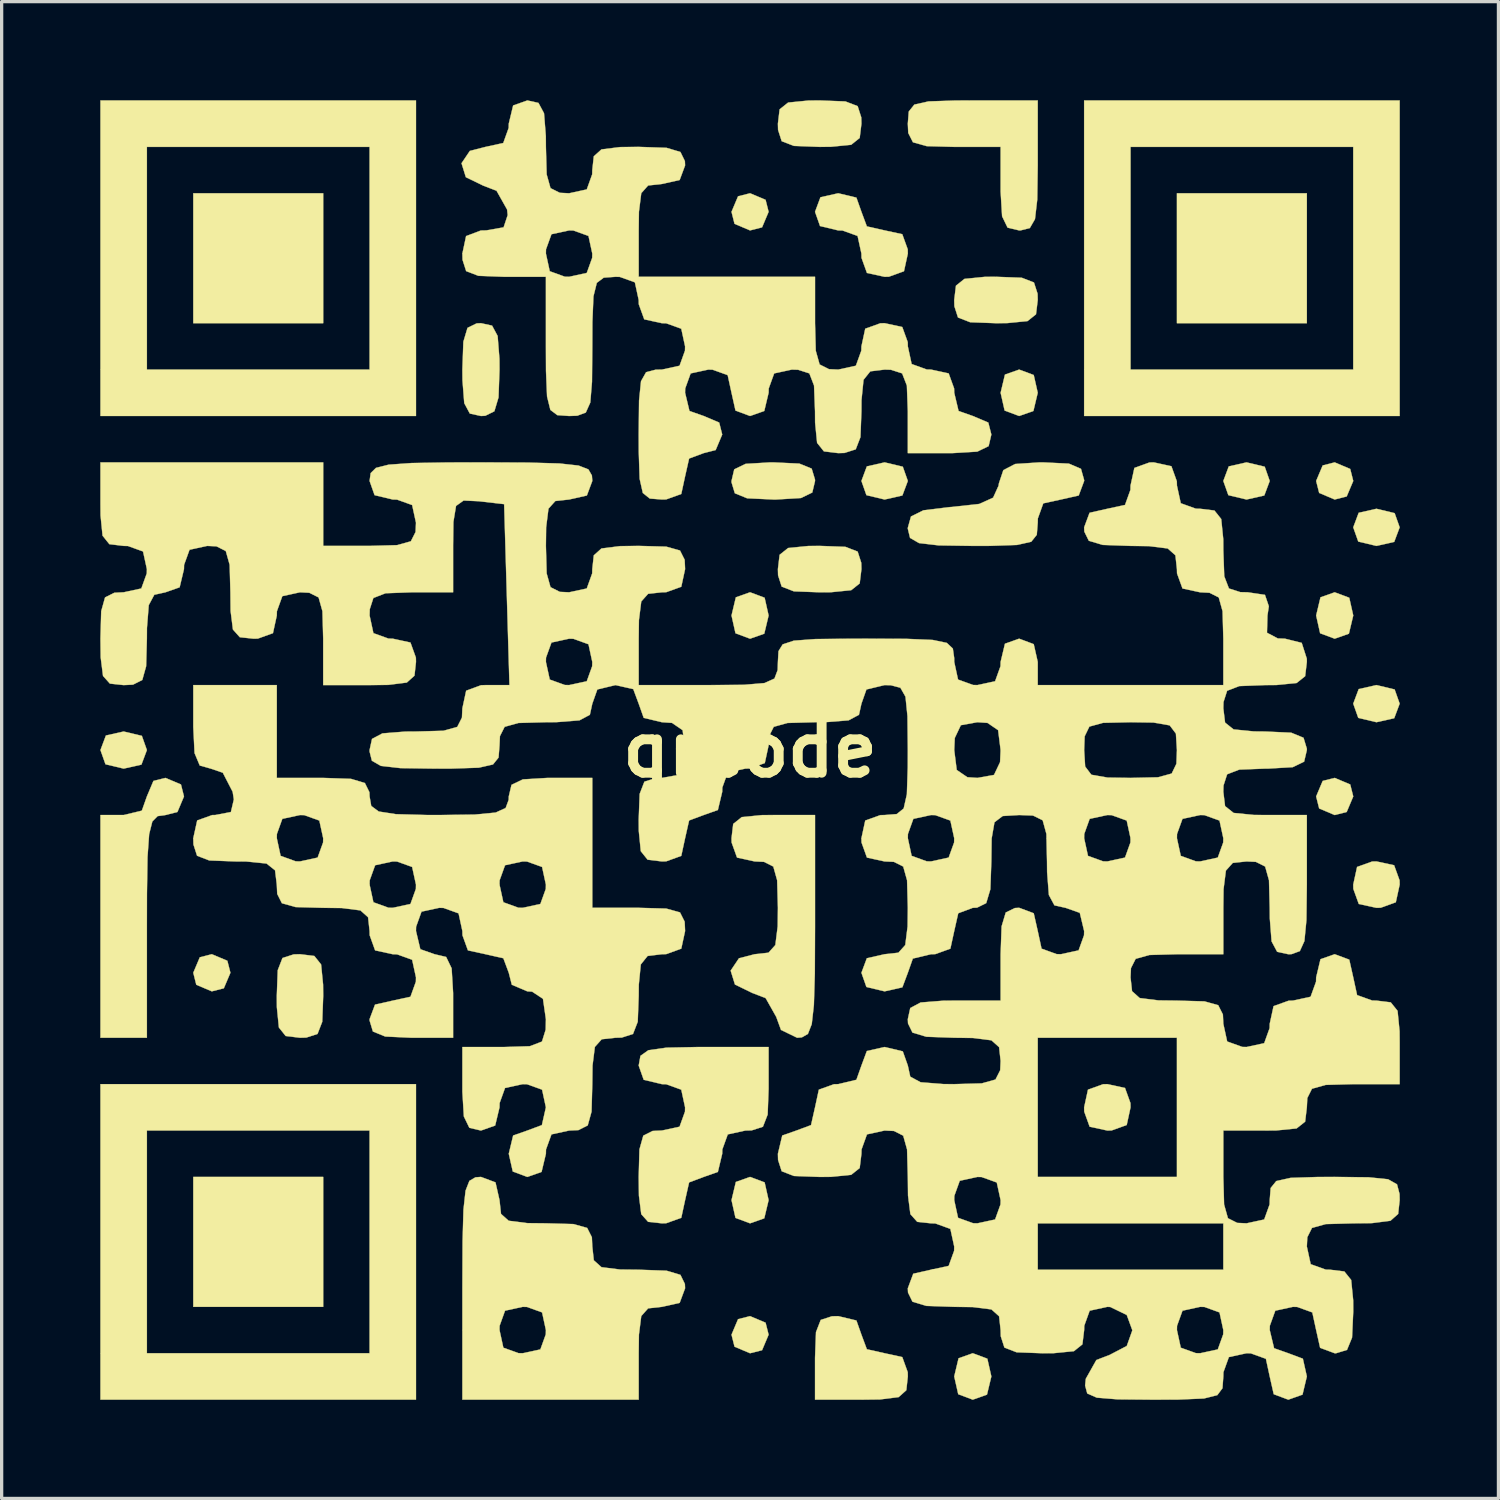
<source format=kicad_pcb>
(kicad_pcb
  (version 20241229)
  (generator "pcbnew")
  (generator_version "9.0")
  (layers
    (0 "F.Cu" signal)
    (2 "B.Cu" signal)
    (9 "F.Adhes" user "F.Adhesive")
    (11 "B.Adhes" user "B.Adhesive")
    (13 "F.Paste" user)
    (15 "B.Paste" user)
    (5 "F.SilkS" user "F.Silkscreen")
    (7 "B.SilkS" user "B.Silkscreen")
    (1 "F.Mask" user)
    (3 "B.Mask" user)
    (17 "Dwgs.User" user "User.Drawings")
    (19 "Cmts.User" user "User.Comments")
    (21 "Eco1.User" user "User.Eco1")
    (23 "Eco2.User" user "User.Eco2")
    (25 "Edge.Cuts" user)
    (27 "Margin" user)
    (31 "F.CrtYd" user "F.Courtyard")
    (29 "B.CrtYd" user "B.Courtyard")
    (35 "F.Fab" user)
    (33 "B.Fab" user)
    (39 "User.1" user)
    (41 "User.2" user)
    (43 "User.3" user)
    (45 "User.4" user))
  (footprint "qrcode"
    (layer "F.Cu")
    (at 19.761 19.761)
    (property "Reference" "qrcode" (at 0 0 0) (layer "F.SilkS") (effects (font (size 1.524 1.524) (thickness 0.3))))
    (attr through_hole)
    (fp_poly (pts (xy -12.982 -12.982) (xy -16.933 -12.982) (xy -16.933 -16.933) (xy -12.982 -16.933) (xy -12.982 -12.982)) (stroke (width 0.01) (type solid)) (fill yes) (layer "F.SilkS"))
    (fp_poly (pts (xy -12.982 16.933) (xy -16.933 16.933) (xy -16.933 12.982) (xy -12.982 12.982) (xy -12.982 16.933)) (stroke (width 0.01) (type solid)) (fill yes) (layer "F.SilkS"))
    (fp_poly (pts (xy 16.933 -12.982) (xy 12.982 -12.982) (xy 12.982 -16.933) (xy 16.933 -16.933) (xy 16.933 -12.982)) (stroke (width 0.01) (type solid)) (fill yes) (layer "F.SilkS"))
    (fp_poly (pts (xy -18.497 -0.432) (xy -18.344 0) (xy -18.51 0.443) (xy -19.05 0.564) (xy -19.603 0.432) (xy -19.756 0) (xy -19.59 -0.443) (xy -19.05 -0.564) (xy -18.497 -0.432)) (stroke (width 0.01) (type solid)) (fill yes) (layer "F.SilkS"))
    (fp_poly (pts (xy -15.897 6.408) (xy -15.804 6.773) (xy -16.004 7.245) (xy -16.369 7.338) (xy -16.841 7.138) (xy -16.933 6.773) (xy -16.734 6.302) (xy -16.369 6.209) (xy -15.897 6.408)) (stroke (width 0.01) (type solid)) (fill yes) (layer "F.SilkS"))
    (fp_poly (pts (xy 0.443 -4.632) (xy 0.564 -4.092) (xy 0.432 -3.539) (xy 0 -3.387) (xy -0.443 -3.552) (xy -0.564 -4.092) (xy -0.432 -4.645) (xy 0 -4.798) (xy 0.443 -4.632)) (stroke (width 0.01) (type solid)) (fill yes) (layer "F.SilkS"))
    (fp_poly (pts (xy 0.443 13.148) (xy 0.564 13.688) (xy 0.432 14.241) (xy 0 14.393) (xy -0.443 14.228) (xy -0.564 13.688) (xy -0.432 13.135) (xy 0 12.982) (xy 0.443 13.148)) (stroke (width 0.01) (type solid)) (fill yes) (layer "F.SilkS"))
    (fp_poly (pts (xy 0.472 -16.734) (xy 0.564 -16.369) (xy 0.365 -15.897) (xy 0 -15.804) (xy -0.472 -16.004) (xy -0.564 -16.369) (xy -0.365 -16.841) (xy 0 -16.933) (xy 0.472 -16.734)) (stroke (width 0.01) (type solid)) (fill yes) (layer "F.SilkS"))
    (fp_poly (pts (xy 0.472 17.415) (xy 0.564 17.78) (xy 0.365 18.252) (xy 0 18.344) (xy -0.472 18.145) (xy -0.564 17.78) (xy -0.365 17.308) (xy 0 17.216) (xy 0.472 17.415)) (stroke (width 0.01) (type solid)) (fill yes) (layer "F.SilkS"))
    (fp_poly (pts (xy 4.645 -8.617) (xy 4.798 -8.184) (xy 4.632 -7.742) (xy 4.092 -7.62) (xy 3.539 -7.752) (xy 3.387 -8.184) (xy 3.552 -8.627) (xy 4.092 -8.749) (xy 4.645 -8.617)) (stroke (width 0.01) (type solid)) (fill yes) (layer "F.SilkS"))
    (fp_poly (pts (xy 7.216 18.51) (xy 7.338 19.05) (xy 7.205 19.603) (xy 6.773 19.756) (xy 6.331 19.59) (xy 6.209 19.05) (xy 6.341 18.497) (xy 6.773 18.344) (xy 7.216 18.51)) (stroke (width 0.01) (type solid)) (fill yes) (layer "F.SilkS"))
    (fp_poly (pts (xy 8.627 -11.406) (xy 8.749 -10.866) (xy 8.617 -10.312) (xy 8.184 -10.16) (xy 7.742 -10.325) (xy 7.62 -10.866) (xy 7.752 -11.419) (xy 8.184 -11.571) (xy 8.627 -11.406)) (stroke (width 0.01) (type solid)) (fill yes) (layer "F.SilkS"))
    (fp_poly (pts (xy 15.652 -8.617) (xy 15.804 -8.184) (xy 15.639 -7.742) (xy 15.099 -7.62) (xy 14.546 -7.752) (xy 14.393 -8.184) (xy 14.559 -8.627) (xy 15.099 -8.749) (xy 15.652 -8.617)) (stroke (width 0.01) (type solid)) (fill yes) (layer "F.SilkS"))
    (fp_poly (pts (xy 18.223 -4.632) (xy 18.344 -4.092) (xy 18.212 -3.539) (xy 17.78 -3.387) (xy 17.337 -3.552) (xy 17.216 -4.092) (xy 17.348 -4.645) (xy 17.78 -4.798) (xy 18.223 -4.632)) (stroke (width 0.01) (type solid)) (fill yes) (layer "F.SilkS"))
    (fp_poly (pts (xy 18.252 -8.549) (xy 18.344 -8.184) (xy 18.145 -7.713) (xy 17.78 -7.62) (xy 17.308 -7.82) (xy 17.216 -8.184) (xy 17.415 -8.656) (xy 17.78 -8.749) (xy 18.252 -8.549)) (stroke (width 0.01) (type solid)) (fill yes) (layer "F.SilkS"))
    (fp_poly (pts (xy 18.252 1.046) (xy 18.344 1.411) (xy 18.145 1.883) (xy 17.78 1.976) (xy 17.308 1.776) (xy 17.216 1.411) (xy 17.415 0.939) (xy 17.78 0.847) (xy 18.252 1.046)) (stroke (width 0.01) (type solid)) (fill yes) (layer "F.SilkS"))
    (fp_poly (pts (xy 19.603 -7.205) (xy 19.756 -6.773) (xy 19.59 -6.331) (xy 19.05 -6.209) (xy 18.497 -6.341) (xy 18.344 -6.773) (xy 18.51 -7.216) (xy 19.05 -7.338) (xy 19.603 -7.205)) (stroke (width 0.01) (type solid)) (fill yes) (layer "F.SilkS"))
    (fp_poly (pts (xy 19.603 -1.843) (xy 19.756 -1.411) (xy 19.59 -0.968) (xy 19.05 -0.847) (xy 18.497 -0.979) (xy 18.344 -1.411) (xy 18.51 -1.854) (xy 19.05 -1.976) (xy 19.603 -1.843)) (stroke (width 0.01) (type solid)) (fill yes) (layer "F.SilkS"))
    (fp_poly (pts (xy -10.16 -10.16) (xy -19.756 -10.16) (xy -19.756 -18.344) (xy -18.344 -18.344) (xy -18.344 -11.571) (xy -11.571 -11.571) (xy -11.571 -18.344) (xy -18.344 -18.344) (xy -19.756 -18.344) (xy -19.756 -19.756) (xy -10.16 -19.756) (xy -10.16 -10.16)) (stroke (width 0.01) (type solid)) (fill yes) (layer "F.SilkS"))
    (fp_poly (pts (xy -10.16 19.756) (xy -19.756 19.756) (xy -19.756 11.571) (xy -18.344 11.571) (xy -18.344 18.344) (xy -11.571 18.344) (xy -11.571 11.571) (xy -18.344 11.571) (xy -19.756 11.571) (xy -19.756 10.16) (xy -10.16 10.16) (xy -10.16 19.756)) (stroke (width 0.01) (type solid)) (fill yes) (layer "F.SilkS"))
    (fp_poly (pts (xy 19.756 -10.16) (xy 10.16 -10.16) (xy 10.16 -18.344) (xy 11.571 -18.344) (xy 11.571 -11.571) (xy 18.344 -11.571) (xy 18.344 -18.344) (xy 11.571 -18.344) (xy 10.16 -18.344) (xy 10.16 -19.756) (xy 19.756 -19.756) (xy 19.756 -10.16)) (stroke (width 0.01) (type solid)) (fill yes) (layer "F.SilkS"))
    (fp_poly (pts (xy 11.403 10.277) (xy 11.568 10.736) (xy 11.571 10.866) (xy 11.455 11.403) (xy 10.996 11.568) (xy 10.866 11.571) (xy 10.328 11.455) (xy 10.163 10.996) (xy 10.16 10.866) (xy 10.277 10.328) (xy 10.736 10.163) (xy 10.866 10.16) (xy 11.403 10.277)) (stroke (width 0.01) (type solid)) (fill yes) (layer "F.SilkS"))
    (fp_poly (pts (xy 19.587 3.503) (xy 19.753 3.962) (xy 19.756 4.092) (xy 19.639 4.629) (xy 19.18 4.795) (xy 19.05 4.798) (xy 18.513 4.681) (xy 18.347 4.222) (xy 18.344 4.092) (xy 18.461 3.555) (xy 18.92 3.39) (xy 19.05 3.387) (xy 19.587 3.503)) (stroke (width 0.01) (type solid)) (fill yes) (layer "F.SilkS"))
    (fp_poly (pts (xy -13.252 6.262) (xy -13.046 6.52) (xy -12.985 7.136) (xy -12.982 7.479) (xy -13.011 8.263) (xy -13.155 8.634) (xy -13.497 8.744) (xy -13.688 8.749) (xy -14.123 8.696) (xy -14.329 8.438) (xy -14.391 7.821) (xy -14.393 7.479) (xy -14.364 6.695) (xy -14.22 6.324) (xy -13.878 6.214) (xy -13.688 6.209) (xy -13.252 6.262)) (stroke (width 0.01) (type solid)) (fill yes) (layer "F.SilkS"))
    (fp_poly (pts (xy -7.846 -12.908) (xy -7.677 -12.593) (xy -7.622 -11.897) (xy -7.62 -11.571) (xy -7.65 -10.725) (xy -7.776 -10.303) (xy -8.054 -10.166) (xy -8.184 -10.16) (xy -8.523 -10.234) (xy -8.692 -10.55) (xy -8.746 -11.245) (xy -8.749 -11.571) (xy -8.719 -12.418) (xy -8.593 -12.84) (xy -8.315 -12.976) (xy -8.184 -12.982) (xy -7.846 -12.908)) (stroke (width 0.01) (type solid)) (fill yes) (layer "F.SilkS"))
    (fp_poly (pts (xy 1.499 -8.712) (xy 1.874 -8.559) (xy 1.975 -8.225) (xy 1.976 -8.184) (xy 1.892 -7.832) (xy 1.547 -7.665) (xy 0.797 -7.62) (xy 0.706 -7.62) (xy -0.088 -7.657) (xy -0.463 -7.81) (xy -0.564 -8.144) (xy -0.564 -8.184) (xy -0.481 -8.537) (xy -0.136 -8.704) (xy 0.614 -8.749) (xy 0.706 -8.749) (xy 1.499 -8.712)) (stroke (width 0.01) (type solid)) (fill yes) (layer "F.SilkS"))
    (fp_poly (pts (xy 2.9 -19.726) (xy 3.272 -19.583) (xy 3.382 -19.24) (xy 3.387 -19.05) (xy 3.334 -18.615) (xy 3.075 -18.408) (xy 2.459 -18.347) (xy 2.117 -18.344) (xy 1.333 -18.374) (xy 0.962 -18.517) (xy 0.852 -18.86) (xy 0.847 -19.05) (xy 0.899 -19.485) (xy 1.158 -19.692) (xy 1.774 -19.753) (xy 2.117 -19.756) (xy 2.9 -19.726)) (stroke (width 0.01) (type solid)) (fill yes) (layer "F.SilkS"))
    (fp_poly (pts (xy 2.9 -6.18) (xy 3.272 -6.036) (xy 3.382 -5.694) (xy 3.387 -5.503) (xy 3.334 -5.068) (xy 3.075 -4.862) (xy 2.459 -4.8) (xy 2.117 -4.798) (xy 1.333 -4.827) (xy 0.962 -4.971) (xy 0.852 -5.313) (xy 0.847 -5.503) (xy 0.899 -5.939) (xy 1.158 -6.145) (xy 1.774 -6.206) (xy 2.117 -6.209) (xy 2.9 -6.18)) (stroke (width 0.01) (type solid)) (fill yes) (layer "F.SilkS"))
    (fp_poly (pts (xy 8.263 -14.364) (xy 8.634 -14.22) (xy 8.744 -13.878) (xy 8.749 -13.688) (xy 8.696 -13.252) (xy 8.438 -13.046) (xy 7.821 -12.985) (xy 7.479 -12.982) (xy 6.695 -13.011) (xy 6.324 -13.155) (xy 6.214 -13.497) (xy 6.209 -13.688) (xy 6.262 -14.123) (xy 6.52 -14.329) (xy 7.136 -14.391) (xy 7.479 -14.393) (xy 8.263 -14.364)) (stroke (width 0.01) (type solid)) (fill yes) (layer "F.SilkS"))
    (fp_poly (pts (xy 3.234 17.348) (xy 3.387 17.78) (xy 3.552 18.223) (xy 4.092 18.344) (xy 4.629 18.461) (xy 4.795 18.92) (xy 4.798 19.05) (xy 4.752 19.469) (xy 4.519 19.678) (xy 3.953 19.749) (xy 3.387 19.756) (xy 1.976 19.756) (xy 1.976 18.486) (xy 2.005 17.702) (xy 2.149 17.331) (xy 2.491 17.22) (xy 2.681 17.216) (xy 3.234 17.348)) (stroke (width 0.01) (type solid)) (fill yes) (layer "F.SilkS"))
    (fp_poly (pts (xy -17.308 1.046) (xy -17.216 1.411) (xy -17.415 1.883) (xy -17.78 1.976) (xy -18.018 2.009) (xy -18.178 2.171) (xy -18.275 2.555) (xy -18.325 3.255) (xy -18.342 4.365) (xy -18.344 5.362) (xy -18.344 8.749) (xy -19.756 8.749) (xy -19.756 1.976) (xy -19.05 1.976) (xy -18.497 1.843) (xy -18.344 1.411) (xy -18.145 0.939) (xy -17.78 0.847) (xy -17.308 1.046)) (stroke (width 0.01) (type solid)) (fill yes) (layer "F.SilkS"))
    (fp_poly (pts (xy 3.234 -16.801) (xy 3.387 -16.369) (xy 3.552 -15.926) (xy 4.092 -15.804) (xy 4.629 -15.688) (xy 4.795 -15.229) (xy 4.798 -15.099) (xy 4.681 -14.562) (xy 4.222 -14.396) (xy 4.092 -14.393) (xy 3.555 -14.51) (xy 3.39 -14.969) (xy 3.387 -15.099) (xy 3.27 -15.636) (xy 2.811 -15.801) (xy 2.681 -15.804) (xy 2.128 -15.937) (xy 1.976 -16.369) (xy 2.141 -16.812) (xy 2.681 -16.933) (xy 3.234 -16.801)) (stroke (width 0.01) (type solid)) (fill yes) (layer "F.SilkS"))
    (fp_poly (pts (xy 8.749 -17.78) (xy 8.734 -16.742) (xy 8.665 -16.147) (xy 8.508 -15.875) (xy 8.229 -15.805) (xy 8.184 -15.804) (xy 7.832 -15.888) (xy 7.665 -16.233) (xy 7.62 -16.983) (xy 7.62 -17.074) (xy 7.62 -18.344) (xy 6.209 -18.344) (xy 5.371 -18.367) (xy 4.954 -18.484) (xy 4.811 -18.767) (xy 4.798 -19.05) (xy 4.827 -19.419) (xy 4.996 -19.63) (xy 5.428 -19.727) (xy 6.247 -19.754) (xy 6.773 -19.756) (xy 8.749 -19.756) (xy 8.749 -17.78)) (stroke (width 0.01) (type solid)) (fill yes) (layer "F.SilkS"))
    (fp_poly (pts (xy 1.976 5.362) (xy 1.97 6.793) (xy 1.941 7.753) (xy 1.876 8.335) (xy 1.759 8.633) (xy 1.574 8.738) (xy 1.431 8.749) (xy 0.941 8.511) (xy 0.796 8.114) (xy 0.474 7.543) (xy 0.071 7.389) (xy -0.459 7.131) (xy -0.59 6.708) (xy -0.337 6.332) (xy 0.141 6.209) (xy 0.56 6.163) (xy 0.769 5.93) (xy 0.84 5.364) (xy 0.847 4.798) (xy 0.824 3.96) (xy 0.707 3.542) (xy 0.424 3.4) (xy 0.141 3.387) (xy -0.396 3.27) (xy -0.561 2.811) (xy -0.564 2.681) (xy -0.512 2.246) (xy -0.253 2.039) (xy 0.363 1.978) (xy 0.706 1.976) (xy 1.976 1.976) (xy 1.976 5.362)) (stroke (width 0.01) (type solid)) (fill yes) (layer "F.SilkS"))
    (fp_poly (pts (xy 9.696 -8.711) (xy 10.064 -8.553) (xy 10.16 -8.21) (xy 10.16 -8.184) (xy 9.995 -7.742) (xy 9.454 -7.62) (xy 8.917 -7.503) (xy 8.752 -7.044) (xy 8.749 -6.914) (xy 8.72 -6.546) (xy 8.551 -6.335) (xy 8.118 -6.238) (xy 7.3 -6.21) (xy 6.773 -6.209) (xy 5.734 -6.225) (xy 5.138 -6.295) (xy 4.866 -6.452) (xy 4.798 -6.731) (xy 4.798 -6.758) (xy 4.894 -7.104) (xy 5.274 -7.292) (xy 6.074 -7.389) (xy 6.138 -7.393) (xy 6.971 -7.485) (xy 7.392 -7.675) (xy 7.557 -8.038) (xy 7.569 -8.114) (xy 7.703 -8.513) (xy 8.062 -8.7) (xy 8.806 -8.749) (xy 8.91 -8.749) (xy 9.696 -8.711)) (stroke (width 0.01) (type solid)) (fill yes) (layer "F.SilkS"))
    (fp_poly (pts (xy 0.564 10.301) (xy 0.535 11.085) (xy 0.391 11.456) (xy 0.049 11.566) (xy -0.141 11.571) (xy -0.678 11.688) (xy -0.844 12.147) (xy -0.847 12.277) (xy -0.979 12.83) (xy -1.411 12.982) (xy -1.854 13.148) (xy -1.976 13.688) (xy -2.092 14.225) (xy -2.551 14.39) (xy -2.681 14.393) (xy -3.1 14.348) (xy -3.309 14.114) (xy -3.38 13.549) (xy -3.387 12.982) (xy -3.364 12.145) (xy -3.247 11.727) (xy -2.964 11.584) (xy -2.681 11.571) (xy -2.144 11.455) (xy -1.979 10.996) (xy -1.976 10.866) (xy -2.092 10.328) (xy -2.551 10.163) (xy -2.681 10.16) (xy -3.234 10.028) (xy -3.387 9.596) (xy -3.333 9.299) (xy -3.093 9.129) (xy -2.545 9.051) (xy -1.568 9.031) (xy -1.411 9.031) (xy 0.564 9.031) (xy 0.564 10.301)) (stroke (width 0.01) (type solid)) (fill yes) (layer "F.SilkS"))
    (fp_poly (pts (xy -7.742 13.148) (xy -7.62 13.688) (xy -7.574 14.107) (xy -7.341 14.315) (xy -6.775 14.387) (xy -6.209 14.393) (xy -5.371 14.416) (xy -4.954 14.533) (xy -4.811 14.816) (xy -4.798 15.099) (xy -4.752 15.518) (xy -4.519 15.727) (xy -3.953 15.798) (xy -3.387 15.804) (xy -2.54 15.834) (xy -2.118 15.96) (xy -1.982 16.238) (xy -1.976 16.369) (xy -2.141 16.812) (xy -2.681 16.933) (xy -3.1 16.979) (xy -3.309 17.213) (xy -3.38 17.778) (xy -3.387 18.344) (xy -3.387 19.756) (xy -8.749 19.756) (xy -8.749 17.639) (xy -7.62 17.639) (xy -7.503 18.176) (xy -7.044 18.341) (xy -6.914 18.344) (xy -6.377 18.228) (xy -6.212 17.769) (xy -6.209 17.639) (xy -6.325 17.102) (xy -6.784 16.936) (xy -6.914 16.933) (xy -7.452 17.05) (xy -7.617 17.509) (xy -7.62 17.639) (xy -8.749 17.639) (xy -8.749 16.369) (xy -8.743 14.939) (xy -8.716 13.981) (xy -8.652 13.399) (xy -8.536 13.102) (xy -8.351 12.994) (xy -8.184 12.982) (xy -7.742 13.148)) (stroke (width 0.01) (type solid)) (fill yes) (layer "F.SilkS"))
    (fp_poly (pts (xy -6.435 -19.681) (xy -6.266 -19.366) (xy -6.211 -18.671) (xy -6.209 -18.344) (xy -6.186 -17.507) (xy -6.069 -17.089) (xy -5.786 -16.947) (xy -5.503 -16.933) (xy -4.966 -17.05) (xy -4.801 -17.509) (xy -4.798 -17.639) (xy -4.752 -18.058) (xy -4.519 -18.267) (xy -3.953 -18.338) (xy -3.387 -18.344) (xy -2.54 -18.315) (xy -2.118 -18.189) (xy -1.982 -17.911) (xy -1.976 -17.78) (xy -2.141 -17.337) (xy -2.681 -17.216) (xy -3.1 -17.17) (xy -3.309 -16.936) (xy -3.38 -16.371) (xy -3.387 -15.804) (xy -3.387 -14.393) (xy 1.976 -14.393) (xy 1.976 -12.982) (xy 1.998 -12.145) (xy 2.115 -11.727) (xy 2.398 -11.584) (xy 2.681 -11.571) (xy 3.218 -11.688) (xy 3.384 -12.147) (xy 3.387 -12.277) (xy 3.503 -12.814) (xy 3.962 -12.979) (xy 4.092 -12.982) (xy 4.629 -12.866) (xy 4.795 -12.407) (xy 4.798 -12.277) (xy 4.914 -11.74) (xy 5.373 -11.574) (xy 5.503 -11.571) (xy 6.04 -11.455) (xy 6.206 -10.996) (xy 6.209 -10.866) (xy 6.341 -10.312) (xy 6.773 -10.16) (xy 7.245 -9.96) (xy 7.338 -9.596) (xy 7.255 -9.243) (xy 6.91 -9.076) (xy 6.159 -9.031) (xy 6.068 -9.031) (xy 4.798 -9.031) (xy 4.798 -10.301) (xy 4.769 -11.085) (xy 4.625 -11.456) (xy 4.283 -11.566) (xy 4.092 -11.571) (xy 3.657 -11.518) (xy 3.451 -11.26) (xy 3.389 -10.644) (xy 3.387 -10.301) (xy 3.357 -9.517) (xy 3.214 -9.146) (xy 2.871 -9.036) (xy 2.681 -9.031) (xy 2.246 -9.084) (xy 2.039 -9.342) (xy 1.978 -9.959) (xy 1.976 -10.301) (xy 1.946 -11.085) (xy 1.803 -11.456) (xy 1.46 -11.566) (xy 1.27 -11.571) (xy 0.733 -11.455) (xy 0.567 -10.996) (xy 0.564 -10.866) (xy 0.432 -10.312) (xy 0 -10.16) (xy -0.443 -10.325) (xy -0.564 -10.866) (xy -0.681 -11.403) (xy -1.14 -11.568) (xy -1.27 -11.571) (xy -1.807 -11.455) (xy -1.973 -10.996) (xy -1.976 -10.866) (xy -1.843 -10.312) (xy -1.411 -10.16) (xy -0.939 -9.96) (xy -0.847 -9.596) (xy -1.046 -9.124) (xy -1.411 -9.031) (xy -1.854 -8.866) (xy -1.976 -8.326) (xy -2.092 -7.788) (xy -2.551 -7.623) (xy -2.681 -7.62) (xy -3.05 -7.649) (xy -3.261 -7.818) (xy -3.358 -8.25) (xy -3.385 -9.069) (xy -3.387 -9.596) (xy -3.376 -10.628) (xy -3.316 -11.218) (xy -3.162 -11.491) (xy -2.869 -11.568) (xy -2.681 -11.571) (xy -2.144 -11.688) (xy -1.979 -12.147) (xy -1.976 -12.277) (xy -2.092 -12.814) (xy -2.551 -12.979) (xy -2.681 -12.982) (xy -3.218 -13.099) (xy -3.384 -13.558) (xy -3.387 -13.688) (xy -3.503 -14.225) (xy -3.962 -14.39) (xy -4.092 -14.393) (xy -4.451 -14.367) (xy -4.661 -14.209) (xy -4.763 -13.799) (xy -4.795 -13.02) (xy -4.798 -12.277) (xy -4.807 -11.2) (xy -4.859 -10.569) (xy -4.996 -10.264) (xy -5.256 -10.168) (xy -5.503 -10.16) (xy -5.862 -10.186) (xy -6.073 -10.345) (xy -6.174 -10.754) (xy -6.206 -11.533) (xy -6.209 -12.277) (xy -6.209 -14.393) (xy -7.479 -14.393) (xy -8.263 -14.423) (xy -8.634 -14.566) (xy -8.744 -14.909) (xy -8.749 -15.099) (xy -6.209 -15.099) (xy -6.092 -14.562) (xy -5.633 -14.396) (xy -5.503 -14.393) (xy -4.966 -14.51) (xy -4.801 -14.969) (xy -4.798 -15.099) (xy -4.914 -15.636) (xy -5.373 -15.801) (xy -5.503 -15.804) (xy -6.04 -15.688) (xy -6.206 -15.229) (xy -6.209 -15.099) (xy -8.749 -15.099) (xy -8.636 -15.631) (xy -8.188 -15.8) (xy -8.024 -15.804) (xy -7.495 -15.897) (xy -7.371 -16.269) (xy -7.389 -16.439) (xy -7.71 -17.01) (xy -8.114 -17.165) (xy -8.643 -17.422) (xy -8.775 -17.846) (xy -8.522 -18.221) (xy -8.043 -18.344) (xy -7.506 -18.461) (xy -7.341 -18.92) (xy -7.338 -19.05) (xy -7.205 -19.603) (xy -6.773 -19.756) (xy -6.435 -19.681)) (stroke (width 0.01) (type solid)) (fill yes) (layer "F.SilkS"))
    (fp_poly (pts (xy -14.393 0.847) (xy -12.982 0.847) (xy -12.136 0.876) (xy -11.714 1.003) (xy -11.577 1.281) (xy -11.571 1.411) (xy -11.521 1.7) (xy -11.293 1.869) (xy -10.77 1.95) (xy -9.835 1.975) (xy -9.454 1.976) (xy -8.372 1.962) (xy -7.737 1.901) (xy -7.433 1.762) (xy -7.341 1.513) (xy -7.338 1.411) (xy -7.255 1.058) (xy -6.91 0.892) (xy -6.159 0.847) (xy -6.068 0.847) (xy -4.798 0.847) (xy -4.798 4.798) (xy -3.387 4.798) (xy -2.549 4.821) (xy -2.131 4.937) (xy -1.989 5.22) (xy -1.976 5.503) (xy -2.092 6.04) (xy -2.551 6.206) (xy -2.681 6.209) (xy -3.116 6.262) (xy -3.323 6.52) (xy -3.384 7.136) (xy -3.387 7.479) (xy -3.416 8.263) (xy -3.56 8.634) (xy -3.902 8.744) (xy -4.092 8.749) (xy -4.511 8.795) (xy -4.72 9.028) (xy -4.791 9.594) (xy -4.798 10.16) (xy -4.821 10.997) (xy -4.937 11.415) (xy -5.22 11.558) (xy -5.503 11.571) (xy -6.04 11.688) (xy -6.206 12.147) (xy -6.209 12.277) (xy -6.341 12.83) (xy -6.773 12.982) (xy -7.216 12.817) (xy -7.338 12.277) (xy -7.205 11.723) (xy -6.773 11.571) (xy -6.331 11.406) (xy -6.209 10.866) (xy -6.325 10.328) (xy -6.784 10.163) (xy -6.914 10.16) (xy -7.452 10.277) (xy -7.617 10.736) (xy -7.62 10.866) (xy -7.752 11.419) (xy -8.184 11.571) (xy -8.537 11.488) (xy -8.704 11.143) (xy -8.749 10.392) (xy -8.749 10.301) (xy -8.749 9.031) (xy -7.479 9.031) (xy -6.698 9.007) (xy -6.328 8.865) (xy -6.216 8.504) (xy -6.209 8.184) (xy -6.298 7.565) (xy -6.628 7.347) (xy -6.773 7.338) (xy -7.245 7.138) (xy -7.338 6.773) (xy -7.503 6.331) (xy -8.043 6.209) (xy -8.58 6.092) (xy -8.746 5.633) (xy -8.749 5.503) (xy -8.865 4.966) (xy -9.324 4.801) (xy -9.454 4.798) (xy -9.992 4.914) (xy -10.157 5.373) (xy -10.16 5.503) (xy -10.028 6.057) (xy -9.596 6.209) (xy -9.243 6.292) (xy -9.076 6.637) (xy -9.031 7.388) (xy -9.031 7.479) (xy -9.031 8.749) (xy -10.301 8.749) (xy -11.095 8.712) (xy -11.47 8.559) (xy -11.571 8.225) (xy -11.571 8.184) (xy -11.406 7.742) (xy -10.866 7.62) (xy -10.328 7.503) (xy -10.163 7.044) (xy -10.16 6.914) (xy -10.277 6.377) (xy -10.736 6.212) (xy -10.866 6.209) (xy -11.403 6.092) (xy -11.568 5.633) (xy -11.571 5.503) (xy -11.617 5.085) (xy -11.85 4.876) (xy -12.416 4.804) (xy -12.982 4.798) (xy -13.82 4.775) (xy -14.238 4.658) (xy -14.38 4.375) (xy -14.393 4.092) (xy -11.571 4.092) (xy -11.455 4.629) (xy -10.996 4.795) (xy -10.866 4.798) (xy -10.328 4.681) (xy -10.163 4.222) (xy -10.16 4.092) (xy -7.62 4.092) (xy -7.503 4.629) (xy -7.044 4.795) (xy -6.914 4.798) (xy -6.377 4.681) (xy -6.212 4.222) (xy -6.209 4.092) (xy -6.325 3.555) (xy -6.784 3.39) (xy -6.914 3.387) (xy -7.452 3.503) (xy -7.617 3.962) (xy -7.62 4.092) (xy -10.16 4.092) (xy -10.277 3.555) (xy -10.736 3.39) (xy -10.866 3.387) (xy -11.403 3.503) (xy -11.568 3.962) (xy -11.571 4.092) (xy -14.393 4.092) (xy -14.446 3.657) (xy -14.705 3.451) (xy -15.321 3.389) (xy -15.663 3.387) (xy -16.447 3.357) (xy -16.818 3.214) (xy -16.928 2.871) (xy -16.933 2.681) (xy -14.393 2.681) (xy -14.277 3.218) (xy -13.818 3.384) (xy -13.688 3.387) (xy -13.151 3.27) (xy -12.985 2.811) (xy -12.982 2.681) (xy -13.099 2.144) (xy -13.558 1.979) (xy -13.688 1.976) (xy -14.225 2.092) (xy -14.39 2.551) (xy -14.393 2.681) (xy -16.933 2.681) (xy -16.814 2.141) (xy -16.357 1.977) (xy -16.267 1.976) (xy -15.789 1.885) (xy -15.699 1.501) (xy -15.735 1.27) (xy -16.035 0.689) (xy -16.402 0.564) (xy -16.736 0.47) (xy -16.894 0.092) (xy -16.933 -0.706) (xy -16.933 -1.976) (xy -14.393 -1.976) (xy -14.393 0.847)) (stroke (width 0.01) (type solid)) (fill yes) (layer "F.SilkS"))
    (fp_poly (pts (xy -12.982 -6.209) (xy -11.571 -6.209) (xy -10.734 -6.232) (xy -10.316 -6.349) (xy -10.173 -6.631) (xy -10.16 -6.914) (xy -10.277 -7.452) (xy -10.736 -7.617) (xy -10.866 -7.62) (xy -11.419 -7.752) (xy -11.571 -8.184) (xy -11.538 -8.423) (xy -11.376 -8.582) (xy -10.991 -8.679) (xy -10.291 -8.729) (xy -9.181 -8.747) (xy -8.184 -8.749) (xy -6.755 -8.743) (xy -5.796 -8.716) (xy -5.215 -8.652) (xy -4.917 -8.536) (xy -4.81 -8.351) (xy -4.798 -8.184) (xy -4.963 -7.742) (xy -5.503 -7.62) (xy -5.922 -7.574) (xy -6.131 -7.341) (xy -6.202 -6.775) (xy -6.209 -6.209) (xy -6.186 -5.371) (xy -6.069 -4.954) (xy -5.786 -4.811) (xy -5.503 -4.798) (xy -4.966 -4.914) (xy -4.801 -5.373) (xy -4.798 -5.503) (xy -4.752 -5.922) (xy -4.519 -6.131) (xy -3.953 -6.202) (xy -3.387 -6.209) (xy -2.549 -6.186) (xy -2.131 -6.069) (xy -1.989 -5.786) (xy -1.976 -5.503) (xy -2.092 -4.966) (xy -2.551 -4.801) (xy -2.681 -4.798) (xy -3.1 -4.752) (xy -3.309 -4.519) (xy -3.38 -3.953) (xy -3.387 -3.387) (xy -3.387 -1.976) (xy -1.27 -1.976) (xy -0.193 -1.984) (xy 0.438 -2.037) (xy 0.742 -2.174) (xy 0.839 -2.433) (xy 0.847 -2.681) (xy 0.865 -3.008) (xy 0.992 -3.214) (xy 1.331 -3.327) (xy 1.99 -3.376) (xy 3.074 -3.386) (xy 3.528 -3.387) (xy 4.77 -3.382) (xy 5.553 -3.349) (xy 5.984 -3.259) (xy 6.167 -3.086) (xy 6.208 -2.8) (xy 6.209 -2.681) (xy 6.325 -2.144) (xy 6.784 -1.979) (xy 6.914 -1.976) (xy 7.452 -2.092) (xy 7.617 -2.551) (xy 7.62 -2.681) (xy 7.752 -3.234) (xy 8.184 -3.387) (xy 8.627 -3.221) (xy 8.749 -2.681) (xy 8.749 -1.976) (xy 14.393 -1.976) (xy 14.393 -3.387) (xy 14.37 -4.224) (xy 14.254 -4.642) (xy 13.971 -4.784) (xy 13.688 -4.798) (xy 13.151 -4.914) (xy 12.985 -5.373) (xy 12.982 -5.503) (xy 12.936 -5.922) (xy 12.703 -6.131) (xy 12.137 -6.202) (xy 11.571 -6.209) (xy 10.725 -6.239) (xy 10.303 -6.365) (xy 10.166 -6.643) (xy 10.16 -6.773) (xy 10.325 -7.216) (xy 10.866 -7.338) (xy 11.403 -7.454) (xy 11.568 -7.913) (xy 11.571 -8.043) (xy 11.688 -8.58) (xy 12.147 -8.746) (xy 12.277 -8.749) (xy 12.814 -8.632) (xy 12.979 -8.173) (xy 12.982 -8.043) (xy 13.099 -7.506) (xy 13.558 -7.341) (xy 13.688 -7.338) (xy 14.123 -7.285) (xy 14.329 -7.026) (xy 14.391 -6.41) (xy 14.393 -6.068) (xy 14.421 -5.285) (xy 14.564 -4.914) (xy 14.91 -4.803) (xy 15.132 -4.798) (xy 15.659 -4.72) (xy 15.777 -4.373) (xy 15.735 -4.092) (xy 15.721 -3.568) (xy 16.05 -3.395) (xy 16.267 -3.387) (xy 16.777 -3.26) (xy 16.932 -2.777) (xy 16.933 -2.681) (xy 16.881 -2.246) (xy 16.622 -2.039) (xy 16.006 -1.978) (xy 15.663 -1.976) (xy 14.88 -1.946) (xy 14.508 -1.803) (xy 14.398 -1.46) (xy 14.393 -1.27) (xy 14.446 -0.835) (xy 14.705 -0.628) (xy 15.321 -0.567) (xy 15.663 -0.564) (xy 16.457 -0.528) (xy 16.832 -0.374) (xy 16.933 -0.041) (xy 16.933 0) (xy 16.85 0.353) (xy 16.505 0.52) (xy 15.755 0.564) (xy 15.663 0.564) (xy 14.88 0.594) (xy 14.508 0.737) (xy 14.398 1.08) (xy 14.393 1.27) (xy 14.446 1.705) (xy 14.705 1.912) (xy 15.321 1.973) (xy 15.663 1.976) (xy 16.933 1.976) (xy 16.933 4.092) (xy 16.92 5.174) (xy 16.859 5.809) (xy 16.72 6.114) (xy 16.47 6.206) (xy 16.369 6.209) (xy 16.03 6.135) (xy 15.861 5.819) (xy 15.807 5.124) (xy 15.804 4.798) (xy 15.782 3.96) (xy 15.665 3.542) (xy 15.382 3.4) (xy 15.099 3.387) (xy 14.68 3.432) (xy 14.471 3.666) (xy 14.4 4.231) (xy 14.393 4.798) (xy 14.393 6.209) (xy 12.982 6.209) (xy 12.145 6.232) (xy 11.727 6.349) (xy 11.584 6.631) (xy 11.571 6.914) (xy 11.617 7.333) (xy 11.85 7.542) (xy 12.416 7.613) (xy 12.982 7.62) (xy 13.82 7.643) (xy 14.238 7.76) (xy 14.38 8.042) (xy 14.393 8.326) (xy 14.51 8.863) (xy 14.969 9.028) (xy 15.099 9.031) (xy 15.636 8.915) (xy 15.801 8.456) (xy 15.804 8.326) (xy 15.921 7.788) (xy 16.38 7.623) (xy 16.51 7.62) (xy 17.047 7.503) (xy 17.213 7.044) (xy 17.216 6.914) (xy 17.348 6.361) (xy 17.78 6.209) (xy 18.223 6.374) (xy 18.344 6.914) (xy 18.461 7.452) (xy 18.92 7.617) (xy 19.05 7.62) (xy 19.485 7.673) (xy 19.692 7.931) (xy 19.753 8.547) (xy 19.756 8.89) (xy 19.756 10.16) (xy 18.344 10.16) (xy 17.507 10.183) (xy 17.089 10.3) (xy 16.947 10.582) (xy 16.933 10.866) (xy 16.881 11.301) (xy 16.622 11.507) (xy 16.006 11.568) (xy 15.663 11.571) (xy 14.393 11.571) (xy 14.393 12.982) (xy 14.416 13.82) (xy 14.533 14.238) (xy 14.816 14.38) (xy 15.099 14.393) (xy 15.636 14.277) (xy 15.801 13.818) (xy 15.804 13.688) (xy 15.833 13.319) (xy 16.003 13.108) (xy 16.435 13.011) (xy 17.253 12.984) (xy 17.78 12.982) (xy 18.812 12.993) (xy 19.403 13.053) (xy 19.675 13.207) (xy 19.752 13.5) (xy 19.756 13.688) (xy 19.71 14.107) (xy 19.476 14.315) (xy 18.911 14.387) (xy 18.344 14.393) (xy 17.507 14.416) (xy 17.089 14.533) (xy 16.947 14.816) (xy 16.933 15.099) (xy 17.05 15.636) (xy 17.509 15.801) (xy 17.639 15.804) (xy 18.074 15.857) (xy 18.281 16.116) (xy 18.342 16.732) (xy 18.344 17.074) (xy 18.308 17.868) (xy 18.154 18.243) (xy 17.821 18.344) (xy 17.78 18.344) (xy 17.337 18.179) (xy 17.216 17.639) (xy 17.099 17.102) (xy 16.64 16.936) (xy 16.51 16.933) (xy 15.973 17.05) (xy 15.807 17.509) (xy 15.804 17.639) (xy 15.937 18.192) (xy 16.369 18.344) (xy 16.812 18.51) (xy 16.933 19.05) (xy 16.801 19.603) (xy 16.369 19.756) (xy 15.926 19.59) (xy 15.804 19.05) (xy 15.688 18.513) (xy 15.229 18.347) (xy 15.099 18.344) (xy 14.562 18.461) (xy 14.396 18.92) (xy 14.393 19.05) (xy 14.367 19.408) (xy 14.21 19.618) (xy 13.804 19.72) (xy 13.03 19.753) (xy 12.257 19.756) (xy 11.176 19.746) (xy 10.546 19.695) (xy 10.255 19.567) (xy 10.19 19.326) (xy 10.211 19.121) (xy 10.532 18.55) (xy 10.936 18.395) (xy 11.457 18.123) (xy 11.627 17.646) (xy 11.624 17.639) (xy 12.982 17.639) (xy 13.099 18.176) (xy 13.558 18.341) (xy 13.688 18.344) (xy 14.225 18.228) (xy 14.39 17.769) (xy 14.393 17.639) (xy 14.277 17.102) (xy 13.818 16.936) (xy 13.688 16.933) (xy 13.151 17.05) (xy 12.985 17.509) (xy 12.982 17.639) (xy 11.624 17.639) (xy 11.456 17.18) (xy 10.955 16.937) (xy 10.866 16.933) (xy 10.328 17.05) (xy 10.163 17.509) (xy 10.16 17.639) (xy 10.107 18.074) (xy 9.849 18.281) (xy 9.233 18.342) (xy 8.89 18.344) (xy 8.106 18.315) (xy 7.735 18.171) (xy 7.625 17.829) (xy 7.62 17.639) (xy 7.574 17.22) (xy 7.341 17.011) (xy 6.775 16.94) (xy 6.209 16.933) (xy 5.362 16.904) (xy 4.94 16.777) (xy 4.804 16.499) (xy 4.798 16.369) (xy 4.963 15.926) (xy 5.503 15.804) (xy 6.04 15.688) (xy 6.206 15.229) (xy 6.209 15.099) (xy 6.092 14.562) (xy 5.633 14.396) (xy 5.503 14.393) (xy 5.085 14.348) (xy 4.876 14.114) (xy 4.822 13.688) (xy 6.209 13.688) (xy 6.325 14.225) (xy 6.784 14.39) (xy 6.914 14.393) (xy 8.749 14.393) (xy 8.749 15.804) (xy 14.393 15.804) (xy 14.393 14.393) (xy 8.749 14.393) (xy 6.914 14.393) (xy 7.452 14.277) (xy 7.617 13.818) (xy 7.62 13.688) (xy 7.503 13.151) (xy 7.044 12.985) (xy 6.914 12.982) (xy 6.377 13.099) (xy 6.212 13.558) (xy 6.209 13.688) (xy 4.822 13.688) (xy 4.804 13.549) (xy 4.798 12.982) (xy 4.775 12.145) (xy 4.658 11.727) (xy 4.375 11.584) (xy 4.092 11.571) (xy 3.555 11.688) (xy 3.39 12.147) (xy 3.387 12.277) (xy 3.334 12.712) (xy 3.075 12.918) (xy 2.459 12.98) (xy 2.117 12.982) (xy 1.333 12.953) (xy 0.962 12.809) (xy 0.852 12.467) (xy 0.847 12.277) (xy 0.979 11.723) (xy 1.411 11.571) (xy 1.854 11.406) (xy 1.976 10.866) (xy 2.092 10.328) (xy 2.551 10.163) (xy 2.681 10.16) (xy 3.234 10.028) (xy 3.387 9.596) (xy 3.552 9.153) (xy 4.092 9.031) (xy 4.645 9.163) (xy 4.798 9.596) (xy 4.872 9.934) (xy 5.187 10.103) (xy 5.883 10.158) (xy 6.209 10.16) (xy 7.046 10.137) (xy 7.464 10.02) (xy 7.607 9.738) (xy 7.62 9.454) (xy 7.574 9.036) (xy 7.341 8.827) (xy 6.775 8.756) (xy 6.209 8.749) (xy 8.749 8.749) (xy 8.749 12.982) (xy 12.982 12.982) (xy 12.982 8.749) (xy 8.749 8.749) (xy 6.209 8.749) (xy 5.362 8.719) (xy 4.94 8.593) (xy 4.804 8.315) (xy 4.798 8.184) (xy 4.872 7.846) (xy 5.187 7.677) (xy 5.883 7.622) (xy 6.209 7.62) (xy 7.62 7.62) (xy 7.62 6.209) (xy 7.65 5.362) (xy 7.776 4.94) (xy 8.054 4.804) (xy 8.184 4.798) (xy 8.627 4.963) (xy 8.749 5.503) (xy 8.865 6.04) (xy 9.324 6.206) (xy 9.454 6.209) (xy 9.992 6.092) (xy 10.157 5.633) (xy 10.16 5.503) (xy 10.028 4.95) (xy 9.596 4.798) (xy 9.257 4.723) (xy 9.088 4.408) (xy 9.034 3.713) (xy 9.031 3.387) (xy 9.015 2.681) (xy 10.16 2.681) (xy 10.277 3.218) (xy 10.736 3.384) (xy 10.866 3.387) (xy 11.403 3.27) (xy 11.568 2.811) (xy 11.571 2.681) (xy 12.982 2.681) (xy 13.099 3.218) (xy 13.558 3.384) (xy 13.688 3.387) (xy 14.225 3.27) (xy 14.39 2.811) (xy 14.393 2.681) (xy 14.277 2.144) (xy 13.818 1.979) (xy 13.688 1.976) (xy 13.151 2.092) (xy 12.985 2.551) (xy 12.982 2.681) (xy 11.571 2.681) (xy 11.455 2.144) (xy 10.996 1.979) (xy 10.866 1.976) (xy 10.328 2.092) (xy 10.163 2.551) (xy 10.16 2.681) (xy 9.015 2.681) (xy 9.013 2.551) (xy 8.899 2.135) (xy 8.603 1.991) (xy 8.184 1.976) (xy 7.683 2.006) (xy 7.433 2.196) (xy 7.347 2.69) (xy 7.338 3.387) (xy 7.308 4.233) (xy 7.182 4.655) (xy 6.904 4.792) (xy 6.773 4.798) (xy 6.331 4.963) (xy 6.209 5.503) (xy 6.092 6.04) (xy 5.633 6.206) (xy 5.503 6.209) (xy 4.95 6.341) (xy 4.798 6.773) (xy 4.632 7.216) (xy 4.092 7.338) (xy 3.539 7.205) (xy 3.387 6.773) (xy 3.552 6.331) (xy 4.092 6.209) (xy 4.511 6.163) (xy 4.72 5.93) (xy 4.791 5.364) (xy 4.798 4.798) (xy 4.775 3.96) (xy 4.658 3.542) (xy 4.375 3.4) (xy 4.092 3.387) (xy 3.555 3.27) (xy 3.39 2.811) (xy 3.387 2.681) (xy 4.798 2.681) (xy 4.914 3.218) (xy 5.373 3.384) (xy 5.503 3.387) (xy 6.04 3.27) (xy 6.206 2.811) (xy 6.209 2.681) (xy 6.092 2.144) (xy 5.633 1.979) (xy 5.503 1.976) (xy 4.966 2.092) (xy 4.801 2.551) (xy 4.798 2.681) (xy 3.387 2.681) (xy 3.503 2.144) (xy 3.962 1.979) (xy 4.092 1.976) (xy 4.461 1.947) (xy 4.672 1.777) (xy 4.769 1.345) (xy 4.796 0.527) (xy 4.798 0) (xy 6.209 0) (xy 6.285 0.605) (xy 6.608 0.826) (xy 6.914 0.847) (xy 7.419 0.756) (xy 7.603 0.368) (xy 7.62 0) (xy 10.16 0) (xy 10.191 0.501) (xy 10.38 0.751) (xy 10.874 0.837) (xy 11.571 0.847) (xy 12.406 0.828) (xy 12.823 0.714) (xy 12.966 0.418) (xy 12.982 0) (xy 12.951 -0.501) (xy 12.762 -0.751) (xy 12.268 -0.837) (xy 11.571 -0.847) (xy 10.736 -0.828) (xy 10.319 -0.714) (xy 10.176 -0.418) (xy 10.16 0) (xy 7.62 0) (xy 7.544 -0.605) (xy 7.221 -0.826) (xy 6.914 -0.847) (xy 6.41 -0.756) (xy 6.226 -0.368) (xy 6.209 0) (xy 4.798 0) (xy 4.787 -1.032) (xy 4.727 -1.623) (xy 4.573 -1.895) (xy 4.28 -1.972) (xy 4.092 -1.976) (xy 3.539 -1.843) (xy 3.387 -1.411) (xy 3.312 -1.073) (xy 2.997 -0.904) (xy 2.302 -0.849) (xy 1.976 -0.847) (xy 1.138 -0.824) (xy 0.72 -0.707) (xy 0.578 -0.424) (xy 0.564 -0.141) (xy 0.448 0.396) (xy -0.011 0.561) (xy -0.141 0.564) (xy -0.678 0.681) (xy -0.844 1.14) (xy -0.847 1.27) (xy -0.979 1.823) (xy -1.411 1.976) (xy -1.854 2.141) (xy -1.976 2.681) (xy -2.092 3.218) (xy -2.551 3.384) (xy -2.681 3.387) (xy -3.116 3.334) (xy -3.323 3.075) (xy -3.384 2.459) (xy -3.387 2.117) (xy -3.357 1.333) (xy -3.214 0.962) (xy -2.871 0.852) (xy -2.681 0.847) (xy -2.177 0.756) (xy -1.992 0.368) (xy -1.976 0) (xy -2.051 -0.605) (xy -2.374 -0.826) (xy -2.681 -0.847) (xy -3.234 -0.979) (xy -3.387 -1.411) (xy -3.552 -1.854) (xy -4.092 -1.976) (xy -4.645 -1.843) (xy -4.798 -1.411) (xy -4.872 -1.073) (xy -5.187 -0.904) (xy -5.883 -0.849) (xy -6.209 -0.847) (xy -7.046 -0.824) (xy -7.464 -0.707) (xy -7.607 -0.424) (xy -7.62 -0.141) (xy -7.649 0.228) (xy -7.818 0.438) (xy -8.25 0.536) (xy -9.069 0.563) (xy -9.596 0.564) (xy -10.634 0.549) (xy -11.229 0.481) (xy -11.501 0.324) (xy -11.571 0.045) (xy -11.571 0) (xy -11.497 -0.339) (xy -11.181 -0.507) (xy -10.486 -0.562) (xy -10.16 -0.564) (xy -9.323 -0.587) (xy -8.905 -0.704) (xy -8.762 -0.987) (xy -8.749 -1.27) (xy -8.634 -1.805) (xy -8.181 -1.972) (xy -8.033 -1.976) (xy -7.317 -1.976) (xy -7.338 -2.681) (xy -6.209 -2.681) (xy -6.092 -2.144) (xy -5.633 -1.979) (xy -5.503 -1.976) (xy -4.966 -2.092) (xy -4.801 -2.551) (xy -4.798 -2.681) (xy -4.914 -3.218) (xy -5.373 -3.384) (xy -5.503 -3.387) (xy -6.04 -3.27) (xy -6.206 -2.811) (xy -6.209 -2.681) (xy -7.338 -2.681) (xy -7.398 -4.727) (xy -7.479 -7.479) (xy -8.255 -7.568) (xy -8.712 -7.589) (xy -8.942 -7.425) (xy -9.022 -6.939) (xy -9.031 -6.228) (xy -9.031 -4.798) (xy -10.301 -4.798) (xy -11.085 -4.769) (xy -11.456 -4.625) (xy -11.566 -4.283) (xy -11.571 -4.092) (xy -11.455 -3.555) (xy -10.996 -3.39) (xy -10.866 -3.387) (xy -10.328 -3.27) (xy -10.163 -2.811) (xy -10.16 -2.681) (xy -10.206 -2.262) (xy -10.439 -2.053) (xy -11.005 -1.982) (xy -11.571 -1.976) (xy -12.982 -1.976) (xy -12.982 -3.387) (xy -13.005 -4.224) (xy -13.122 -4.642) (xy -13.405 -4.784) (xy -13.688 -4.798) (xy -14.225 -4.681) (xy -14.39 -4.222) (xy -14.393 -4.092) (xy -14.51 -3.555) (xy -14.969 -3.39) (xy -15.099 -3.387) (xy -15.518 -3.432) (xy -15.727 -3.666) (xy -15.798 -4.231) (xy -15.804 -4.798) (xy -15.827 -5.635) (xy -15.944 -6.053) (xy -16.227 -6.196) (xy -16.51 -6.209) (xy -17.047 -6.092) (xy -17.213 -5.633) (xy -17.216 -5.503) (xy -17.348 -4.95) (xy -17.78 -4.798) (xy -18.119 -4.723) (xy -18.287 -4.408) (xy -18.342 -3.713) (xy -18.344 -3.387) (xy -18.367 -2.549) (xy -18.484 -2.131) (xy -18.767 -1.989) (xy -19.05 -1.976) (xy -19.469 -2.021) (xy -19.678 -2.255) (xy -19.749 -2.82) (xy -19.756 -3.387) (xy -19.733 -4.224) (xy -19.616 -4.642) (xy -19.333 -4.784) (xy -19.05 -4.798) (xy -18.513 -4.914) (xy -18.347 -5.373) (xy -18.344 -5.503) (xy -18.461 -6.04) (xy -18.92 -6.206) (xy -19.05 -6.209) (xy -19.485 -6.262) (xy -19.692 -6.52) (xy -19.753 -7.136) (xy -19.756 -7.479) (xy -19.756 -8.749) (xy -12.982 -8.749) (xy -12.982 -6.209)) (stroke (width 0.01) (type solid)) (fill yes) (layer "F.SilkS")))
  (gr_rect
    (start -3 -3)
    (end 42.521 42.521)
    (stroke (width 0.1) (type default))
    (fill no)
    (layer "Edge.Cuts")))
</source>
